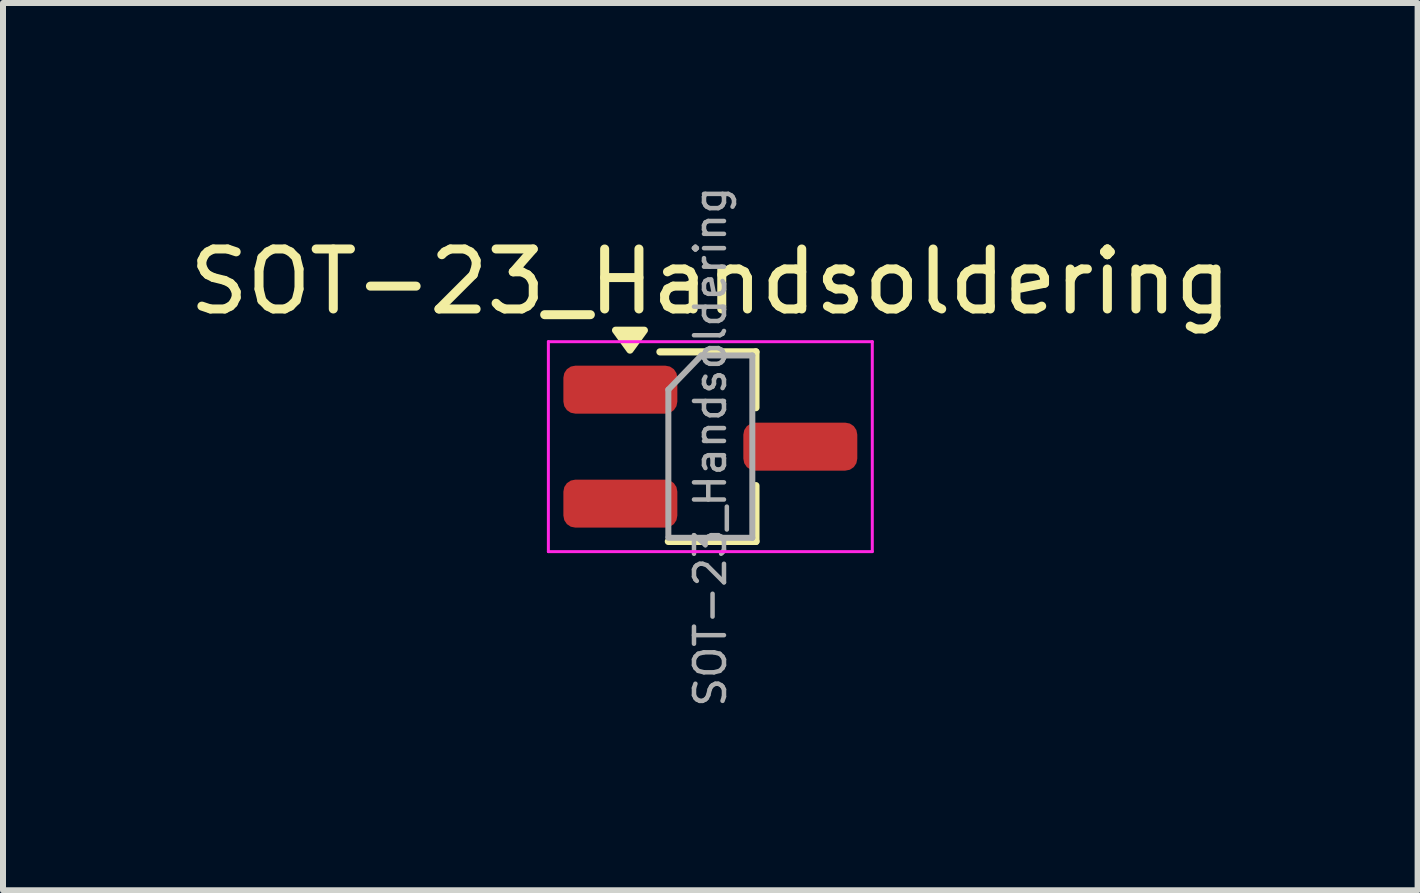
<source format=kicad_pcb>
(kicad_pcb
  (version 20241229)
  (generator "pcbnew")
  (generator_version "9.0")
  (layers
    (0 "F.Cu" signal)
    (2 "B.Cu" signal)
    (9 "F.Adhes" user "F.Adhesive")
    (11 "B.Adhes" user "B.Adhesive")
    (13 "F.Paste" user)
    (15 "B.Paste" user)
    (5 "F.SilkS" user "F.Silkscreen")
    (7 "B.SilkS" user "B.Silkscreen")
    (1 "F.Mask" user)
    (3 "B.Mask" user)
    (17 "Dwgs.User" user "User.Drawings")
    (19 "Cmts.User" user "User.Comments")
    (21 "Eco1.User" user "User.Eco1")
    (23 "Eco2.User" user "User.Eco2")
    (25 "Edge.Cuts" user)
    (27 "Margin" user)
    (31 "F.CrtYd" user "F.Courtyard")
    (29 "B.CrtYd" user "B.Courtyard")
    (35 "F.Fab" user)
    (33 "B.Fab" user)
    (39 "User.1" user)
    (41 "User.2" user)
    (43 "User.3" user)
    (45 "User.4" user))
  (footprint "SOT-23_Handsoldering"
    (layer "F.Cu")
    (at 8.792 4.396)
    (property "Reference" "SOT-23_Handsoldering" (at 0 -2.75 0) (layer "F.SilkS") (effects (font (size 1 1) (thickness 0.15))))
    (attr smd)
    (fp_line (start -0.04 -1.58) (end -0.84 -1.58) (stroke (width 0.12) (type solid)) (layer "F.SilkS"))
    (fp_line (start -0.04 -1.58) (end 0.76 -1.58) (stroke (width 0.12) (type solid)) (layer "F.SilkS"))
    (fp_line (start 0.76 -1.58) (end 0.76 -0.65) (stroke (width 0.12) (type solid)) (layer "F.SilkS"))
    (fp_line (start 0.76 1.58) (end -0.7 1.58) (stroke (width 0.12) (type solid)) (layer "F.SilkS"))
    (fp_line (start 0.76 1.58) (end 0.76 0.65) (stroke (width 0.12) (type solid)) (layer "F.SilkS"))
    (fp_poly (pts (xy -1.34 -1.61) (xy -1.58 -1.94) (xy -1.1 -1.94) (xy -1.34 -1.61)) (stroke (width 0.12) (type solid)) (fill yes) (layer "F.SilkS"))
    (fp_line (start -2.7 -1.75) (end 2.7 -1.75) (stroke (width 0.05) (type solid)) (layer "F.CrtYd"))
    (fp_line (start -2.7 1.75) (end -2.7 -1.75) (stroke (width 0.05) (type solid)) (layer "F.CrtYd"))
    (fp_line (start 2.7 -1.75) (end 2.7 1.75) (stroke (width 0.05) (type solid)) (layer "F.CrtYd"))
    (fp_line (start 2.7 1.75) (end -2.7 1.75) (stroke (width 0.05) (type solid)) (layer "F.CrtYd"))
    (fp_line (start -0.7 -0.95) (end -0.7 1.5) (stroke (width 0.1) (type solid)) (layer "F.Fab"))
    (fp_line (start -0.7 -0.95) (end -0.15 -1.52) (stroke (width 0.1) (type solid)) (layer "F.Fab"))
    (fp_line (start -0.7 1.52) (end 0.7 1.52) (stroke (width 0.1) (type solid)) (layer "F.Fab"))
    (fp_line (start -0.15 -1.52) (end 0.7 -1.52) (stroke (width 0.1) (type solid)) (layer "F.Fab"))
    (fp_line (start 0.7 -1.52) (end 0.7 1.52) (stroke (width 0.1) (type solid)) (layer "F.Fab"))
    (fp_text user "${REFERENCE}" (at 0 0 90) (layer "F.Fab") (effects (font (size 0.5 0.5) (thickness 0.075))))
    (pad "1" smd roundrect (at 1.5 0) (size 1.9 0.8) (layers "F.Cu" "F.Mask" "F.Paste") (roundrect_rratio 0.25))
    (pad "2" smd roundrect (at -1.5 -0.95) (size 1.9 0.8) (layers "F.Cu" "F.Mask" "F.Paste") (roundrect_rratio 0.25))
    (pad "3" smd roundrect (at -1.5 0.95) (size 1.9 0.8) (layers "F.Cu" "F.Mask" "F.Paste") (roundrect_rratio 0.25)))
  (gr_rect
    (start -3 -3)
    (end 20.583 11.792)
    (stroke (width 0.1) (type default))
    (fill no)
    (layer "Edge.Cuts")))
</source>
